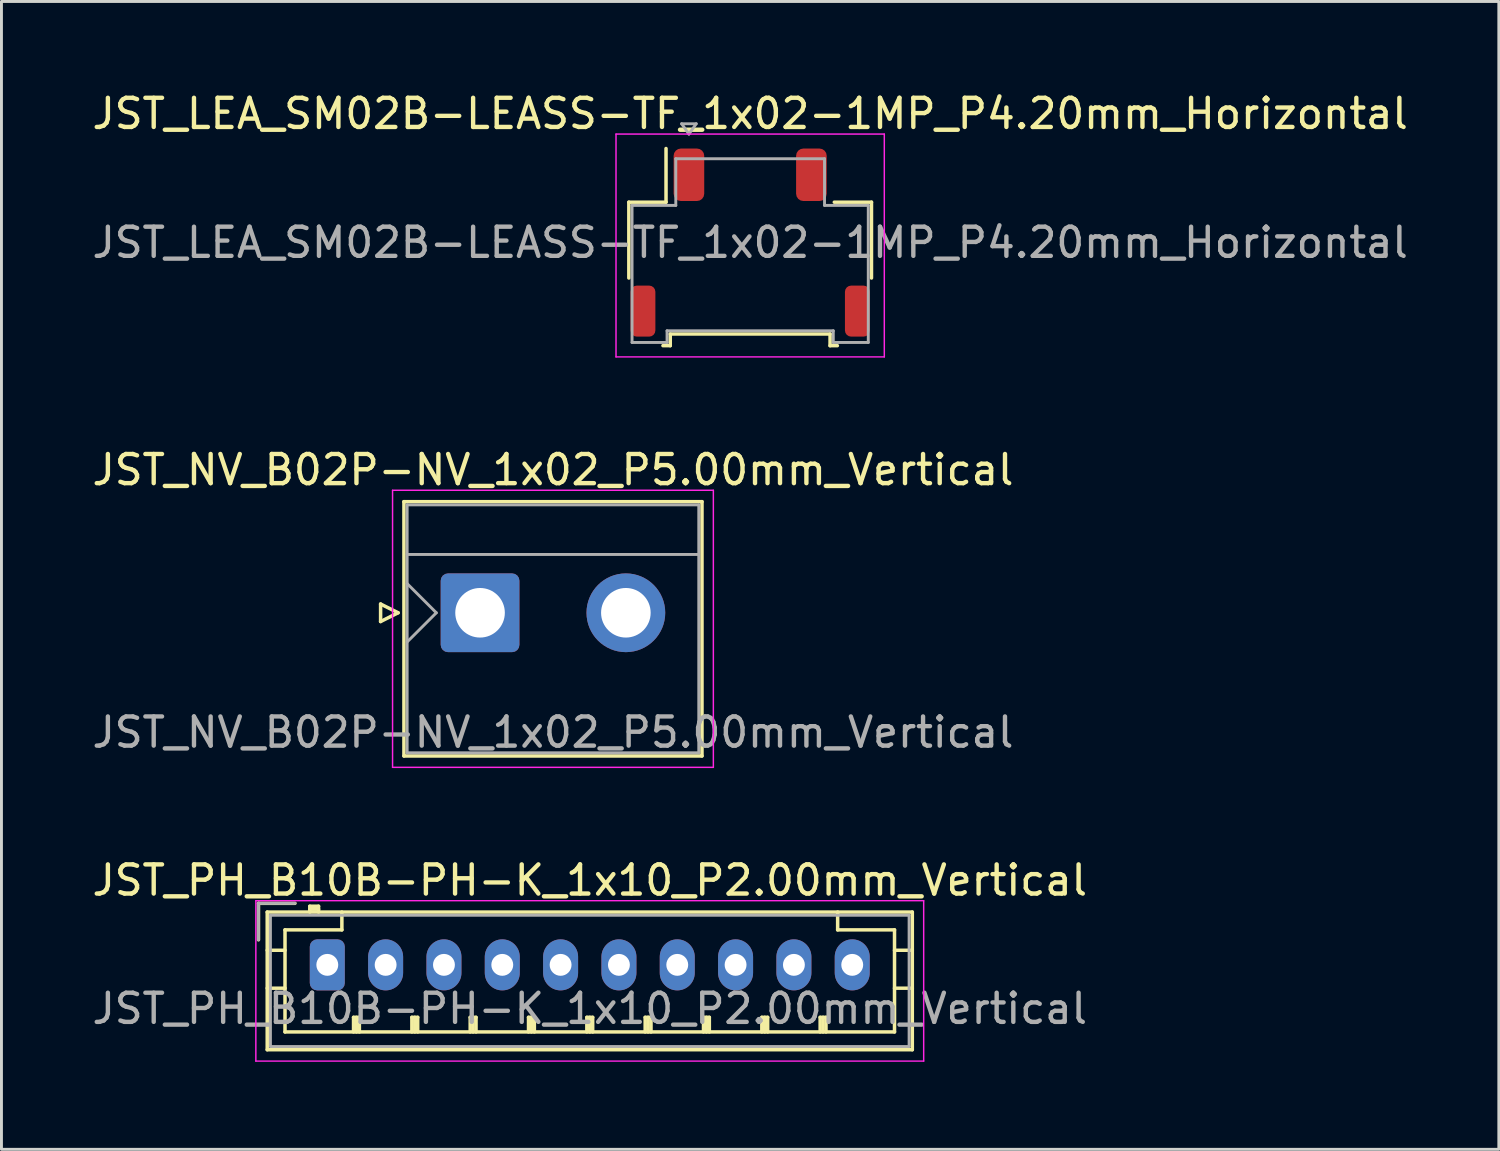
<source format=kicad_pcb>
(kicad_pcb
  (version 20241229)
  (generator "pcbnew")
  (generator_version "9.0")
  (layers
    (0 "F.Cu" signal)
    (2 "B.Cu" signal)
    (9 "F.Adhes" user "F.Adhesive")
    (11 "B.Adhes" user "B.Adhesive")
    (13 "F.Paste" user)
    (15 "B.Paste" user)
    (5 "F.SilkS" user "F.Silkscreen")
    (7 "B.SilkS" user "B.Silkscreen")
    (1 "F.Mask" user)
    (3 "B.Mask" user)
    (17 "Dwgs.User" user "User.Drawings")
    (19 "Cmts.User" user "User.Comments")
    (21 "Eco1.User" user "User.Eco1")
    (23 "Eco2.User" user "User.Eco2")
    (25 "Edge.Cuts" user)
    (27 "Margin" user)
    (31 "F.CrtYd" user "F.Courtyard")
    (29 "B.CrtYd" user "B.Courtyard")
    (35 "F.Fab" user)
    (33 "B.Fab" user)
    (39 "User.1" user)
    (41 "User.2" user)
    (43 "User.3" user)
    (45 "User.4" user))
  (footprint "JST_LEA_SM02B-LEASS-TF_1x02-1MP_P4.20mm_Horizontal"
    (layer "F.Cu")
    (at 22.673 5.268)
    (property "Reference" "JST_LEA_SM02B-LEASS-TF_1x02-1MP_P4.20mm_Horizontal" (at 0 -4.42 0) (layer "F.SilkS") (effects (font (size 1 1) (thickness 0.15))))
    (attr smd)
    (fp_line (start -4.16 -1.385) (end -2.885 -1.385) (stroke (width 0.12) (type solid)) (layer "F.SilkS"))
    (fp_line (start -4.16 1.215) (end -4.16 -1.385) (stroke (width 0.12) (type solid)) (layer "F.SilkS"))
    (fp_line (start -2.99 3.535) (end -2.74 3.535) (stroke (width 0.12) (type solid)) (layer "F.SilkS"))
    (fp_line (start -2.885 -1.385) (end -2.885 -3.225) (stroke (width 0.12) (type solid)) (layer "F.SilkS"))
    (fp_line (start -2.74 3.135) (end 2.74 3.135) (stroke (width 0.12) (type solid)) (layer "F.SilkS"))
    (fp_line (start -2.74 3.535) (end -2.74 3.135) (stroke (width 0.12) (type solid)) (layer "F.SilkS"))
    (fp_line (start 2.74 3.135) (end 2.74 3.535) (stroke (width 0.12) (type solid)) (layer "F.SilkS"))
    (fp_line (start 2.74 3.535) (end 2.99 3.535) (stroke (width 0.12) (type solid)) (layer "F.SilkS"))
    (fp_line (start 4.16 -1.385) (end 2.885 -1.385) (stroke (width 0.12) (type solid)) (layer "F.SilkS"))
    (fp_line (start 4.16 1.215) (end 4.16 -1.385) (stroke (width 0.12) (type solid)) (layer "F.SilkS"))
    (fp_line (start -4.6 -3.72) (end -4.6 3.92) (stroke (width 0.05) (type solid)) (layer "F.CrtYd"))
    (fp_line (start -4.6 3.92) (end 4.6 3.92) (stroke (width 0.05) (type solid)) (layer "F.CrtYd"))
    (fp_line (start 4.6 -3.72) (end -4.6 -3.72) (stroke (width 0.05) (type solid)) (layer "F.CrtYd"))
    (fp_line (start 4.6 3.92) (end 4.6 -3.72) (stroke (width 0.05) (type solid)) (layer "F.CrtYd"))
    (fp_line (start -4.05 -1.275) (end -4.05 3.425) (stroke (width 0.1) (type solid)) (layer "F.Fab"))
    (fp_line (start -4.05 -1.275) (end -2.55 -1.275) (stroke (width 0.1) (type solid)) (layer "F.Fab"))
    (fp_line (start -4.05 3.425) (end -2.85 3.425) (stroke (width 0.1) (type solid)) (layer "F.Fab"))
    (fp_line (start -2.85 3.025) (end 2.85 3.025) (stroke (width 0.1) (type solid)) (layer "F.Fab"))
    (fp_line (start -2.85 3.425) (end -2.85 3.025) (stroke (width 0.1) (type solid)) (layer "F.Fab"))
    (fp_line (start -2.55 -2.875) (end 2.55 -2.875) (stroke (width 0.1) (type solid)) (layer "F.Fab"))
    (fp_line (start -2.55 -1.275) (end -2.55 -2.875) (stroke (width 0.1) (type solid)) (layer "F.Fab"))
    (fp_line (start -2.35 -4.074) (end -2.1 -3.72) (stroke (width 0.1) (type solid)) (layer "F.Fab"))
    (fp_line (start -2.1 -3.72) (end -1.85 -4.074) (stroke (width 0.1) (type solid)) (layer "F.Fab"))
    (fp_line (start -1.85 -4.074) (end -2.35 -4.074) (stroke (width 0.1) (type solid)) (layer "F.Fab"))
    (fp_line (start 2.55 -2.875) (end 2.55 -1.275) (stroke (width 0.1) (type solid)) (layer "F.Fab"))
    (fp_line (start 2.55 -1.275) (end 4.05 -1.275) (stroke (width 0.1) (type solid)) (layer "F.Fab"))
    (fp_line (start 2.85 3.025) (end 2.85 3.425) (stroke (width 0.1) (type solid)) (layer "F.Fab"))
    (fp_line (start 2.85 3.425) (end 4.05 3.425) (stroke (width 0.1) (type solid)) (layer "F.Fab"))
    (fp_line (start 4.05 -1.275) (end 4.05 3.425) (stroke (width 0.1) (type solid)) (layer "F.Fab"))
    (fp_text user "${REFERENCE}" (at 0 0 0) (layer "F.Fab") (effects (font (size 1 1) (thickness 0.15))))
    (pad "1" smd roundrect (at -2.1 -2.325) (size 1.05 1.8) (layers "F.Cu" "F.Mask" "F.Paste") (roundrect_rratio 0.238))
    (pad "2" smd roundrect (at 2.1 -2.325) (size 1.05 1.8) (layers "F.Cu" "F.Mask" "F.Paste") (roundrect_rratio 0.238))
    (pad "MP" smd roundrect (at -3.675 2.35) (size 0.85 1.75) (layers "F.Cu" "F.Mask" "F.Paste") (roundrect_rratio 0.25))
    (pad "MP" smd roundrect (at 3.675 2.35) (size 0.85 1.75) (layers "F.Cu" "F.Mask" "F.Paste") (roundrect_rratio 0.25)))
  (footprint "JST_PH_B10B-PH-K_1x10_P2.00mm_Vertical"
    (layer "F.Cu")
    (at 8.173 30.035)
    (property "Reference" "JST_PH_B10B-PH-K_1x10_P2.00mm_Vertical" (at 9 -2.9 0) (layer "F.SilkS") (effects (font (size 1 1) (thickness 0.15))))
    (attr through_hole)
    (fp_line (start -2.36 -2.11) (end -2.36 -0.86) (stroke (width 0.12) (type solid)) (layer "F.SilkS"))
    (fp_line (start -2.06 -1.81) (end -2.06 2.91) (stroke (width 0.12) (type solid)) (layer "F.SilkS"))
    (fp_line (start -2.06 -0.5) (end -1.45 -0.5) (stroke (width 0.12) (type solid)) (layer "F.SilkS"))
    (fp_line (start -2.06 0.8) (end -1.45 0.8) (stroke (width 0.12) (type solid)) (layer "F.SilkS"))
    (fp_line (start -2.06 2.91) (end 20.06 2.91) (stroke (width 0.12) (type solid)) (layer "F.SilkS"))
    (fp_line (start -1.45 -1.2) (end -1.45 2.3) (stroke (width 0.12) (type solid)) (layer "F.SilkS"))
    (fp_line (start -1.45 2.3) (end 19.45 2.3) (stroke (width 0.12) (type solid)) (layer "F.SilkS"))
    (fp_line (start -1.11 -2.11) (end -2.36 -2.11) (stroke (width 0.12) (type solid)) (layer "F.SilkS"))
    (fp_line (start -0.6 -2.01) (end -0.6 -1.81) (stroke (width 0.12) (type solid)) (layer "F.SilkS"))
    (fp_line (start -0.3 -2.01) (end -0.6 -2.01) (stroke (width 0.12) (type solid)) (layer "F.SilkS"))
    (fp_line (start -0.3 -1.91) (end -0.6 -1.91) (stroke (width 0.12) (type solid)) (layer "F.SilkS"))
    (fp_line (start -0.3 -1.81) (end -0.3 -2.01) (stroke (width 0.12) (type solid)) (layer "F.SilkS"))
    (fp_line (start 0.5 -1.81) (end 0.5 -1.2) (stroke (width 0.12) (type solid)) (layer "F.SilkS"))
    (fp_line (start 0.5 -1.2) (end -1.45 -1.2) (stroke (width 0.12) (type solid)) (layer "F.SilkS"))
    (fp_line (start 0.9 1.8) (end 1.1 1.8) (stroke (width 0.12) (type solid)) (layer "F.SilkS"))
    (fp_line (start 0.9 2.3) (end 0.9 1.8) (stroke (width 0.12) (type solid)) (layer "F.SilkS"))
    (fp_line (start 1 2.3) (end 1 1.8) (stroke (width 0.12) (type solid)) (layer "F.SilkS"))
    (fp_line (start 1.1 1.8) (end 1.1 2.3) (stroke (width 0.12) (type solid)) (layer "F.SilkS"))
    (fp_line (start 2.9 1.8) (end 3.1 1.8) (stroke (width 0.12) (type solid)) (layer "F.SilkS"))
    (fp_line (start 2.9 2.3) (end 2.9 1.8) (stroke (width 0.12) (type solid)) (layer "F.SilkS"))
    (fp_line (start 3 2.3) (end 3 1.8) (stroke (width 0.12) (type solid)) (layer "F.SilkS"))
    (fp_line (start 3.1 1.8) (end 3.1 2.3) (stroke (width 0.12) (type solid)) (layer "F.SilkS"))
    (fp_line (start 4.9 1.8) (end 5.1 1.8) (stroke (width 0.12) (type solid)) (layer "F.SilkS"))
    (fp_line (start 4.9 2.3) (end 4.9 1.8) (stroke (width 0.12) (type solid)) (layer "F.SilkS"))
    (fp_line (start 5 2.3) (end 5 1.8) (stroke (width 0.12) (type solid)) (layer "F.SilkS"))
    (fp_line (start 5.1 1.8) (end 5.1 2.3) (stroke (width 0.12) (type solid)) (layer "F.SilkS"))
    (fp_line (start 6.9 1.8) (end 7.1 1.8) (stroke (width 0.12) (type solid)) (layer "F.SilkS"))
    (fp_line (start 6.9 2.3) (end 6.9 1.8) (stroke (width 0.12) (type solid)) (layer "F.SilkS"))
    (fp_line (start 7 2.3) (end 7 1.8) (stroke (width 0.12) (type solid)) (layer "F.SilkS"))
    (fp_line (start 7.1 1.8) (end 7.1 2.3) (stroke (width 0.12) (type solid)) (layer "F.SilkS"))
    (fp_line (start 8.9 1.8) (end 9.1 1.8) (stroke (width 0.12) (type solid)) (layer "F.SilkS"))
    (fp_line (start 8.9 2.3) (end 8.9 1.8) (stroke (width 0.12) (type solid)) (layer "F.SilkS"))
    (fp_line (start 9 2.3) (end 9 1.8) (stroke (width 0.12) (type solid)) (layer "F.SilkS"))
    (fp_line (start 9.1 1.8) (end 9.1 2.3) (stroke (width 0.12) (type solid)) (layer "F.SilkS"))
    (fp_line (start 10.9 1.8) (end 11.1 1.8) (stroke (width 0.12) (type solid)) (layer "F.SilkS"))
    (fp_line (start 10.9 2.3) (end 10.9 1.8) (stroke (width 0.12) (type solid)) (layer "F.SilkS"))
    (fp_line (start 11 2.3) (end 11 1.8) (stroke (width 0.12) (type solid)) (layer "F.SilkS"))
    (fp_line (start 11.1 1.8) (end 11.1 2.3) (stroke (width 0.12) (type solid)) (layer "F.SilkS"))
    (fp_line (start 12.9 1.8) (end 13.1 1.8) (stroke (width 0.12) (type solid)) (layer "F.SilkS"))
    (fp_line (start 12.9 2.3) (end 12.9 1.8) (stroke (width 0.12) (type solid)) (layer "F.SilkS"))
    (fp_line (start 13 2.3) (end 13 1.8) (stroke (width 0.12) (type solid)) (layer "F.SilkS"))
    (fp_line (start 13.1 1.8) (end 13.1 2.3) (stroke (width 0.12) (type solid)) (layer "F.SilkS"))
    (fp_line (start 14.9 1.8) (end 15.1 1.8) (stroke (width 0.12) (type solid)) (layer "F.SilkS"))
    (fp_line (start 14.9 2.3) (end 14.9 1.8) (stroke (width 0.12) (type solid)) (layer "F.SilkS"))
    (fp_line (start 15 2.3) (end 15 1.8) (stroke (width 0.12) (type solid)) (layer "F.SilkS"))
    (fp_line (start 15.1 1.8) (end 15.1 2.3) (stroke (width 0.12) (type solid)) (layer "F.SilkS"))
    (fp_line (start 16.9 1.8) (end 17.1 1.8) (stroke (width 0.12) (type solid)) (layer "F.SilkS"))
    (fp_line (start 16.9 2.3) (end 16.9 1.8) (stroke (width 0.12) (type solid)) (layer "F.SilkS"))
    (fp_line (start 17 2.3) (end 17 1.8) (stroke (width 0.12) (type solid)) (layer "F.SilkS"))
    (fp_line (start 17.1 1.8) (end 17.1 2.3) (stroke (width 0.12) (type solid)) (layer "F.SilkS"))
    (fp_line (start 17.5 -1.2) (end 17.5 -1.81) (stroke (width 0.12) (type solid)) (layer "F.SilkS"))
    (fp_line (start 19.45 -1.2) (end 17.5 -1.2) (stroke (width 0.12) (type solid)) (layer "F.SilkS"))
    (fp_line (start 19.45 2.3) (end 19.45 -1.2) (stroke (width 0.12) (type solid)) (layer "F.SilkS"))
    (fp_line (start 20.06 -1.81) (end -2.06 -1.81) (stroke (width 0.12) (type solid)) (layer "F.SilkS"))
    (fp_line (start 20.06 -0.5) (end 19.45 -0.5) (stroke (width 0.12) (type solid)) (layer "F.SilkS"))
    (fp_line (start 20.06 0.8) (end 19.45 0.8) (stroke (width 0.12) (type solid)) (layer "F.SilkS"))
    (fp_line (start 20.06 2.91) (end 20.06 -1.81) (stroke (width 0.12) (type solid)) (layer "F.SilkS"))
    (fp_line (start -2.45 -2.2) (end -2.45 3.3) (stroke (width 0.05) (type solid)) (layer "F.CrtYd"))
    (fp_line (start -2.45 3.3) (end 20.45 3.3) (stroke (width 0.05) (type solid)) (layer "F.CrtYd"))
    (fp_line (start 20.45 -2.2) (end -2.45 -2.2) (stroke (width 0.05) (type solid)) (layer "F.CrtYd"))
    (fp_line (start 20.45 3.3) (end 20.45 -2.2) (stroke (width 0.05) (type solid)) (layer "F.CrtYd"))
    (fp_line (start -2.36 -2.11) (end -2.36 -0.86) (stroke (width 0.1) (type solid)) (layer "F.Fab"))
    (fp_line (start -1.95 -1.7) (end -1.95 2.8) (stroke (width 0.1) (type solid)) (layer "F.Fab"))
    (fp_line (start -1.95 2.8) (end 19.95 2.8) (stroke (width 0.1) (type solid)) (layer "F.Fab"))
    (fp_line (start -1.11 -2.11) (end -2.36 -2.11) (stroke (width 0.1) (type solid)) (layer "F.Fab"))
    (fp_line (start 19.95 -1.7) (end -1.95 -1.7) (stroke (width 0.1) (type solid)) (layer "F.Fab"))
    (fp_line (start 19.95 2.8) (end 19.95 -1.7) (stroke (width 0.1) (type solid)) (layer "F.Fab"))
    (fp_text user "${REFERENCE}" (at 9 1.5 0) (layer "F.Fab") (effects (font (size 1 1) (thickness 0.15))))
    (pad "1" thru_hole roundrect (at 0 0) (size 1.2 1.75) (drill 0.75) (layers "*.Cu" "*.Mask") (roundrect_rratio 0.208))
    (pad "2" thru_hole oval (at 2 0) (size 1.2 1.75) (drill 0.75) (layers "*.Cu" "*.Mask"))
    (pad "3" thru_hole oval (at 4 0) (size 1.2 1.75) (drill 0.75) (layers "*.Cu" "*.Mask"))
    (pad "4" thru_hole oval (at 6 0) (size 1.2 1.75) (drill 0.75) (layers "*.Cu" "*.Mask"))
    (pad "5" thru_hole oval (at 8 0) (size 1.2 1.75) (drill 0.75) (layers "*.Cu" "*.Mask"))
    (pad "6" thru_hole oval (at 10 0) (size 1.2 1.75) (drill 0.75) (layers "*.Cu" "*.Mask"))
    (pad "7" thru_hole oval (at 12 0) (size 1.2 1.75) (drill 0.75) (layers "*.Cu" "*.Mask"))
    (pad "8" thru_hole oval (at 14 0) (size 1.2 1.75) (drill 0.75) (layers "*.Cu" "*.Mask"))
    (pad "9" thru_hole oval (at 16 0) (size 1.2 1.75) (drill 0.75) (layers "*.Cu" "*.Mask"))
    (pad "10" thru_hole oval (at 18 0) (size 1.2 1.75) (drill 0.75) (layers "*.Cu" "*.Mask")))
  (footprint "JST_NV_B02P-NV_1x02_P5.00mm_Vertical"
    (layer "F.Cu")
    (at 13.411 17.962)
    (property "Reference" "JST_NV_B02P-NV_1x02_P5.00mm_Vertical" (at 2.5 -4.9 0) (layer "F.SilkS") (effects (font (size 1 1) (thickness 0.15))))
    (attr through_hole)
    (fp_line (start -3.41 -0.3) (end -2.81 0) (stroke (width 0.12) (type solid)) (layer "F.SilkS"))
    (fp_line (start -3.41 0.3) (end -3.41 -0.3) (stroke (width 0.12) (type solid)) (layer "F.SilkS"))
    (fp_line (start -2.81 0) (end -3.41 0.3) (stroke (width 0.12) (type solid)) (layer "F.SilkS"))
    (fp_line (start -2.61 -3.81) (end -2.61 4.91) (stroke (width 0.12) (type solid)) (layer "F.SilkS"))
    (fp_line (start -2.61 4.91) (end 7.61 4.91) (stroke (width 0.12) (type solid)) (layer "F.SilkS"))
    (fp_line (start 7.61 -3.81) (end -2.61 -3.81) (stroke (width 0.12) (type solid)) (layer "F.SilkS"))
    (fp_line (start 7.61 4.91) (end 7.61 -3.81) (stroke (width 0.12) (type solid)) (layer "F.SilkS"))
    (fp_line (start -3 -4.2) (end -3 5.3) (stroke (width 0.05) (type solid)) (layer "F.CrtYd"))
    (fp_line (start -3 5.3) (end 8 5.3) (stroke (width 0.05) (type solid)) (layer "F.CrtYd"))
    (fp_line (start 8 -4.2) (end -3 -4.2) (stroke (width 0.05) (type solid)) (layer "F.CrtYd"))
    (fp_line (start 8 5.3) (end 8 -4.2) (stroke (width 0.05) (type solid)) (layer "F.CrtYd"))
    (fp_line (start -2.5 -3.7) (end -2.5 4.8) (stroke (width 0.1) (type solid)) (layer "F.Fab"))
    (fp_line (start -2.5 -2) (end 7.5 -2) (stroke (width 0.1) (type solid)) (layer "F.Fab"))
    (fp_line (start -2.5 -1) (end -1.5 0) (stroke (width 0.1) (type solid)) (layer "F.Fab"))
    (fp_line (start -2.5 1) (end -1.5 0) (stroke (width 0.1) (type solid)) (layer "F.Fab"))
    (fp_line (start -2.5 4.8) (end 7.5 4.8) (stroke (width 0.1) (type solid)) (layer "F.Fab"))
    (fp_line (start 7.5 -3.7) (end -2.5 -3.7) (stroke (width 0.1) (type solid)) (layer "F.Fab"))
    (fp_line (start 7.5 4.8) (end 7.5 -3.7) (stroke (width 0.1) (type solid)) (layer "F.Fab"))
    (fp_text user "${REFERENCE}" (at 2.5 4.1 0) (layer "F.Fab") (effects (font (size 1 1) (thickness 0.15))))
    (pad "1" thru_hole roundrect (at 0 0) (size 2.7 2.7) (drill 1.7) (layers "*.Cu" "*.Mask") (roundrect_rratio 0.093))
    (pad "2" thru_hole circle (at 5 0) (size 2.7 2.7) (drill 1.7) (layers "*.Cu" "*.Mask")))
  (gr_rect
    (start -3 -3)
    (end 48.345 36.36)
    (stroke (width 0.1) (type default))
    (fill no)
    (layer "Edge.Cuts")))
</source>
